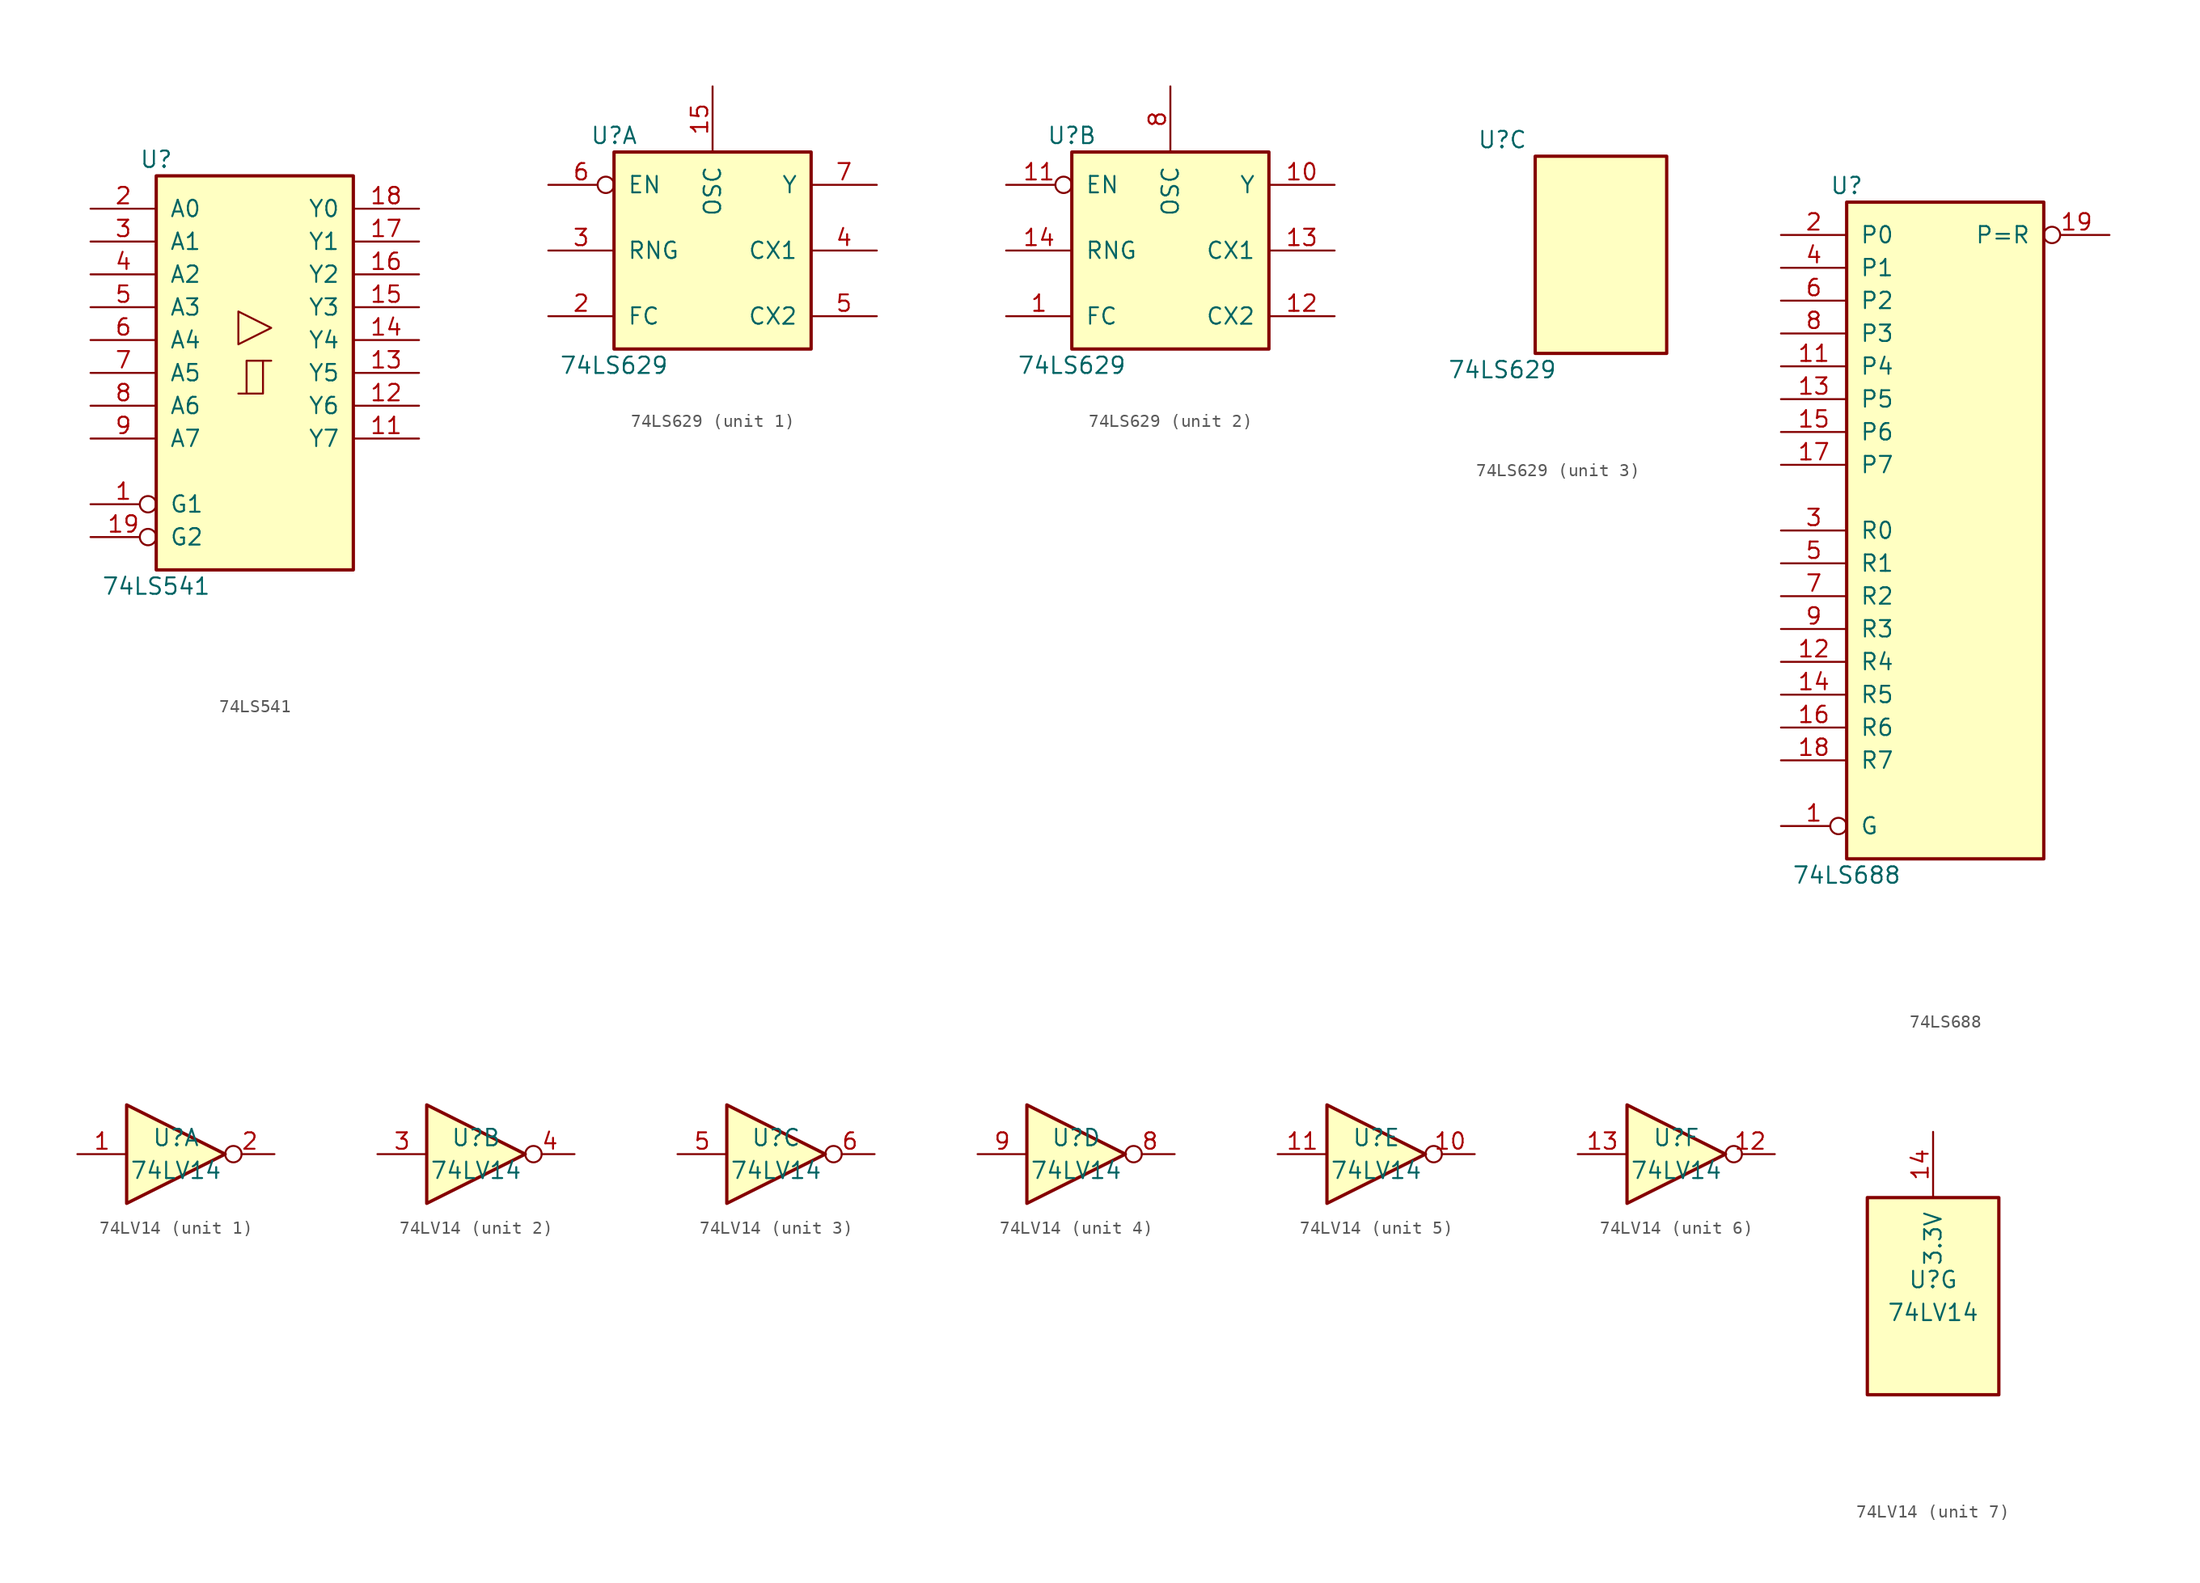
<source format=kicad_sym>
(kicad_symbol_lib
  (version 20211014)
  (generator kicad_symbol_editor)
  (symbol "74LS541"
    (pin_names
      (offset 1.016))
    (property "Reference" "U"
      (at -7.62 16.51 0)
      (effects (font (size 1.27 1.27))))
    (property "Value" "74LS541"
      (at -7.62 -16.51 0)
      (effects (font (size 1.27 1.27))))
    (property "ki_locked" ""
      (at 0 0 0)
      (effects (font (size 1.27 1.27))))
    (symbol "74LS541_1_0"
      (polyline (pts (xy -0.635 -1.6) (xy -0.635 0.94) (xy 0.635 0.94)) (stroke (width 0) (type default) (color 0 0 0 0)) (fill (type none)))
      (polyline (pts (xy -1.27 -1.6) (xy 0.635 -1.6) (xy 0.635 0.94) (xy 1.27 0.94)) (stroke (width 0) (type default) (color 0 0 0 0)) (fill (type none)))
      (polyline (pts (xy 1.27 3.48) (xy -1.27 4.75) (xy -1.27 2.21) (xy 1.27 3.48)) (stroke (width 0.152) (type default) (color 0 0 0 0)) (fill (type none)))
      (pin input inverted (at -12.7 -10.16 0) (length 5.08) (name "G1" (effects (font (size 1.27 1.27)))) (number "1" (effects (font (size 1.27 1.27)))))
      (pin input line (at 0 -20.32 90) (length 5.08) hide (name "GND" (effects (font (size 1.27 1.27)))) (number "10" (effects (font (size 1.27 1.27)))))
      (pin tri_state line (at 12.7 -5.08 180) (length 5.08) (name "Y7" (effects (font (size 1.27 1.27)))) (number "11" (effects (font (size 1.27 1.27)))))
      (pin tri_state line (at 12.7 -2.54 180) (length 5.08) (name "Y6" (effects (font (size 1.27 1.27)))) (number "12" (effects (font (size 1.27 1.27)))))
      (pin tri_state line (at 12.7 0 180) (length 5.08) (name "Y5" (effects (font (size 1.27 1.27)))) (number "13" (effects (font (size 1.27 1.27)))))
      (pin tri_state line (at 12.7 2.54 180) (length 5.08) (name "Y4" (effects (font (size 1.27 1.27)))) (number "14" (effects (font (size 1.27 1.27)))))
      (pin tri_state line (at 12.7 5.08 180) (length 5.08) (name "Y3" (effects (font (size 1.27 1.27)))) (number "15" (effects (font (size 1.27 1.27)))))
      (pin tri_state line (at 12.7 7.62 180) (length 5.08) (name "Y2" (effects (font (size 1.27 1.27)))) (number "16" (effects (font (size 1.27 1.27)))))
      (pin tri_state line (at 12.7 10.16 180) (length 5.08) (name "Y1" (effects (font (size 1.27 1.27)))) (number "17" (effects (font (size 1.27 1.27)))))
      (pin tri_state line (at 12.7 12.7 180) (length 5.08) (name "Y0" (effects (font (size 1.27 1.27)))) (number "18" (effects (font (size 1.27 1.27)))))
      (pin input inverted (at -12.7 -12.7 0) (length 5.08) (name "G2" (effects (font (size 1.27 1.27)))) (number "19" (effects (font (size 1.27 1.27)))))
      (pin input line (at -12.7 12.7 0) (length 5.08) (name "A0" (effects (font (size 1.27 1.27)))) (number "2" (effects (font (size 1.27 1.27)))))
      (pin input line (at 0 20.32 270) (length 5.08) hide (name "VCC" (effects (font (size 1.27 1.27)))) (number "20" (effects (font (size 1.27 1.27)))))
      (pin input line (at -12.7 10.16 0) (length 5.08) (name "A1" (effects (font (size 1.27 1.27)))) (number "3" (effects (font (size 1.27 1.27)))))
      (pin input line (at -12.7 7.62 0) (length 5.08) (name "A2" (effects (font (size 1.27 1.27)))) (number "4" (effects (font (size 1.27 1.27)))))
      (pin input line (at -12.7 5.08 0) (length 5.08) (name "A3" (effects (font (size 1.27 1.27)))) (number "5" (effects (font (size 1.27 1.27)))))
      (pin input line (at -12.7 2.54 0) (length 5.08) (name "A4" (effects (font (size 1.27 1.27)))) (number "6" (effects (font (size 1.27 1.27)))))
      (pin input line (at -12.7 0 0) (length 5.08) (name "A5" (effects (font (size 1.27 1.27)))) (number "7" (effects (font (size 1.27 1.27)))))
      (pin input line (at -12.7 -2.54 0) (length 5.08) (name "A6" (effects (font (size 1.27 1.27)))) (number "8" (effects (font (size 1.27 1.27)))))
      (pin input line (at -12.7 -5.08 0) (length 5.08) (name "A7" (effects (font (size 1.27 1.27)))) (number "9" (effects (font (size 1.27 1.27))))))
    (symbol "74LS541_1_1"
      (rectangle (start -7.62 15.24) (end 7.62 -15.24) (stroke (width 0.254) (type default) (color 0 0 0 0)) (fill (type background)))))
  (symbol "74LS629"
    (pin_names
      (offset 1.016))
    (property "Reference" "U"
      (at -7.62 8.89 0)
      (effects (font (size 1.27 1.27))))
    (property "Value" "74LS629"
      (at -7.62 -8.89 0)
      (effects (font (size 1.27 1.27))))
    (property "ki_locked" ""
      (at 0 0 0)
      (effects (font (size 1.27 1.27))))
    (symbol "74LS629_1_0"
      (pin passive line (at 0 12.7 270) (length 5.08) (name "OSC" (effects (font (size 1.27 1.27)))) (number "15" (effects (font (size 1.27 1.27)))))
      (pin input line (at -12.7 -5.08 0) (length 5.08) (name "FC" (effects (font (size 1.27 1.27)))) (number "2" (effects (font (size 1.27 1.27)))))
      (pin input line (at -12.7 0 0) (length 5.08) (name "RNG" (effects (font (size 1.27 1.27)))) (number "3" (effects (font (size 1.27 1.27)))))
      (pin passive line (at 12.7 0 180) (length 5.08) (name "CX1" (effects (font (size 1.27 1.27)))) (number "4" (effects (font (size 1.27 1.27)))))
      (pin passive line (at 12.7 -5.08 180) (length 5.08) (name "CX2" (effects (font (size 1.27 1.27)))) (number "5" (effects (font (size 1.27 1.27)))))
      (pin input inverted (at -12.7 5.08 0) (length 5.08) (name "EN" (effects (font (size 1.27 1.27)))) (number "6" (effects (font (size 1.27 1.27)))))
      (pin output line (at 12.7 5.08 180) (length 5.08) (name "Y" (effects (font (size 1.27 1.27)))) (number "7" (effects (font (size 1.27 1.27))))))
    (symbol "74LS629_1_1"
      (rectangle (start -7.62 7.62) (end 7.62 -7.62) (stroke (width 0.254) (type default) (color 0 0 0 0)) (fill (type background))))
    (symbol "74LS629_2_0"
      (pin input line (at -12.7 -5.08 0) (length 5.08) (name "FC" (effects (font (size 1.27 1.27)))) (number "1" (effects (font (size 1.27 1.27)))))
      (pin output line (at 12.7 5.08 180) (length 5.08) (name "Y" (effects (font (size 1.27 1.27)))) (number "10" (effects (font (size 1.27 1.27)))))
      (pin input inverted (at -12.7 5.08 0) (length 5.08) (name "EN" (effects (font (size 1.27 1.27)))) (number "11" (effects (font (size 1.27 1.27)))))
      (pin passive line (at 12.7 -5.08 180) (length 5.08) (name "CX2" (effects (font (size 1.27 1.27)))) (number "12" (effects (font (size 1.27 1.27)))))
      (pin passive line (at 12.7 0 180) (length 5.08) (name "CX1" (effects (font (size 1.27 1.27)))) (number "13" (effects (font (size 1.27 1.27)))))
      (pin input line (at -12.7 0 0) (length 5.08) (name "RNG" (effects (font (size 1.27 1.27)))) (number "14" (effects (font (size 1.27 1.27)))))
      (pin passive line (at 0 12.7 270) (length 5.08) (name "OSC" (effects (font (size 1.27 1.27)))) (number "8" (effects (font (size 1.27 1.27))))))
    (symbol "74LS629_2_1"
      (rectangle (start -7.62 7.62) (end 7.62 -7.62) (stroke (width 0.254) (type default) (color 0 0 0 0)) (fill (type background))))
    (symbol "74LS629_3_0"
      (pin input line (at 0 12.7 270) (length 5.08) hide (name "VCC" (effects (font (size 1.27 1.27)))) (number "16" (effects (font (size 1.27 1.27)))))
      (pin input line (at 0 -12.7 90) (length 5.08) hide (name "GND" (effects (font (size 1.27 1.27)))) (number "9" (effects (font (size 1.27 1.27))))))
    (symbol "74LS629_3_1"
      (rectangle (start -5.08 7.62) (end 5.08 -7.62) (stroke (width 0.254) (type default) (color 0 0 0 0)) (fill (type background)))))
  (symbol "74LS688"
    (pin_names
      (offset 1.016))
    (property "Reference" "U"
      (at -7.62 26.67 0)
      (effects (font (size 1.27 1.27))))
    (property "Value" "74LS688"
      (at -7.62 -26.67 0)
      (effects (font (size 1.27 1.27))))
    (property "ki_locked" ""
      (at 0 0 0)
      (effects (font (size 1.27 1.27))))
    (symbol "74LS688_1_0"
      (pin input inverted (at -12.7 -22.86 0) (length 5.08) (name "G" (effects (font (size 1.27 1.27)))) (number "1" (effects (font (size 1.27 1.27)))))
      (pin input line (at 0 -30.48 90) (length 5.08) hide (name "GND" (effects (font (size 1.27 1.27)))) (number "10" (effects (font (size 1.27 1.27)))))
      (pin input line (at -12.7 12.7 0) (length 5.08) (name "P4" (effects (font (size 1.27 1.27)))) (number "11" (effects (font (size 1.27 1.27)))))
      (pin input line (at -12.7 -10.16 0) (length 5.08) (name "R4" (effects (font (size 1.27 1.27)))) (number "12" (effects (font (size 1.27 1.27)))))
      (pin input line (at -12.7 10.16 0) (length 5.08) (name "P5" (effects (font (size 1.27 1.27)))) (number "13" (effects (font (size 1.27 1.27)))))
      (pin input line (at -12.7 -12.7 0) (length 5.08) (name "R5" (effects (font (size 1.27 1.27)))) (number "14" (effects (font (size 1.27 1.27)))))
      (pin input line (at -12.7 7.62 0) (length 5.08) (name "P6" (effects (font (size 1.27 1.27)))) (number "15" (effects (font (size 1.27 1.27)))))
      (pin input line (at -12.7 -15.24 0) (length 5.08) (name "R6" (effects (font (size 1.27 1.27)))) (number "16" (effects (font (size 1.27 1.27)))))
      (pin input line (at -12.7 5.08 0) (length 5.08) (name "P7" (effects (font (size 1.27 1.27)))) (number "17" (effects (font (size 1.27 1.27)))))
      (pin input line (at -12.7 -17.78 0) (length 5.08) (name "R7" (effects (font (size 1.27 1.27)))) (number "18" (effects (font (size 1.27 1.27)))))
      (pin output inverted (at 12.7 22.86 180) (length 5.08) (name "P=R" (effects (font (size 1.27 1.27)))) (number "19" (effects (font (size 1.27 1.27)))))
      (pin input line (at -12.7 22.86 0) (length 5.08) (name "P0" (effects (font (size 1.27 1.27)))) (number "2" (effects (font (size 1.27 1.27)))))
      (pin input line (at 0 30.48 270) (length 5.08) hide (name "VCC" (effects (font (size 1.27 1.27)))) (number "20" (effects (font (size 1.27 1.27)))))
      (pin input line (at -12.7 0 0) (length 5.08) (name "R0" (effects (font (size 1.27 1.27)))) (number "3" (effects (font (size 1.27 1.27)))))
      (pin input line (at -12.7 20.32 0) (length 5.08) (name "P1" (effects (font (size 1.27 1.27)))) (number "4" (effects (font (size 1.27 1.27)))))
      (pin input line (at -12.7 -2.54 0) (length 5.08) (name "R1" (effects (font (size 1.27 1.27)))) (number "5" (effects (font (size 1.27 1.27)))))
      (pin input line (at -12.7 17.78 0) (length 5.08) (name "P2" (effects (font (size 1.27 1.27)))) (number "6" (effects (font (size 1.27 1.27)))))
      (pin input line (at -12.7 -5.08 0) (length 5.08) (name "R2" (effects (font (size 1.27 1.27)))) (number "7" (effects (font (size 1.27 1.27)))))
      (pin input line (at -12.7 15.24 0) (length 5.08) (name "P3" (effects (font (size 1.27 1.27)))) (number "8" (effects (font (size 1.27 1.27)))))
      (pin input line (at -12.7 -7.62 0) (length 5.08) (name "R3" (effects (font (size 1.27 1.27)))) (number "9" (effects (font (size 1.27 1.27))))))
    (symbol "74LS688_1_1"
      (rectangle (start -7.62 25.4) (end 7.62 -25.4) (stroke (width 0.254) (type default) (color 0 0 0 0)) (fill (type background)))))
  (symbol "74LV14"
    (pin_names
      (offset 1.016))
    (property "Reference" "U"
      (at 0 1.27 0)
      (effects (font (size 1.27 1.27))))
    (property "Value" "74LV14"
      (at 0 -1.27 0)
      (effects (font (size 1.27 1.27))))
    (property "ki_locked" ""
      (at 0 0 0)
      (effects (font (size 1.27 1.27))))
    (symbol "74LV14_1_0"
      (polyline (pts (xy -3.81 3.81) (xy -3.81 -3.81) (xy 3.81 0) (xy -3.81 3.81)) (stroke (width 0.254) (type default) (color 0 0 0 0)) (fill (type background)))
      (pin input line (at -7.62 0 0) (length 3.81) (name "~" (effects (font (size 1.27 1.27)))) (number "1" (effects (font (size 1.27 1.27)))))
      (pin output inverted (at 7.62 0 180) (length 3.81) (name "~" (effects (font (size 1.27 1.27)))) (number "2" (effects (font (size 1.27 1.27))))))
    (symbol "74LV14_2_0"
      (polyline (pts (xy -3.81 3.81) (xy -3.81 -3.81) (xy 3.81 0) (xy -3.81 3.81)) (stroke (width 0.254) (type default) (color 0 0 0 0)) (fill (type background)))
      (pin input line (at -7.62 0 0) (length 3.81) (name "~" (effects (font (size 1.27 1.27)))) (number "3" (effects (font (size 1.27 1.27)))))
      (pin output inverted (at 7.62 0 180) (length 3.81) (name "~" (effects (font (size 1.27 1.27)))) (number "4" (effects (font (size 1.27 1.27))))))
    (symbol "74LV14_3_0"
      (polyline (pts (xy -3.81 3.81) (xy -3.81 -3.81) (xy 3.81 0) (xy -3.81 3.81)) (stroke (width 0.254) (type default) (color 0 0 0 0)) (fill (type background)))
      (pin input line (at -7.62 0 0) (length 3.81) (name "~" (effects (font (size 1.27 1.27)))) (number "5" (effects (font (size 1.27 1.27)))))
      (pin output inverted (at 7.62 0 180) (length 3.81) (name "~" (effects (font (size 1.27 1.27)))) (number "6" (effects (font (size 1.27 1.27))))))
    (symbol "74LV14_4_0"
      (polyline (pts (xy -3.81 3.81) (xy -3.81 -3.81) (xy 3.81 0) (xy -3.81 3.81)) (stroke (width 0.254) (type default) (color 0 0 0 0)) (fill (type background)))
      (pin output inverted (at 7.62 0 180) (length 3.81) (name "~" (effects (font (size 1.27 1.27)))) (number "8" (effects (font (size 1.27 1.27)))))
      (pin input line (at -7.62 0 0) (length 3.81) (name "~" (effects (font (size 1.27 1.27)))) (number "9" (effects (font (size 1.27 1.27))))))
    (symbol "74LV14_5_0"
      (polyline (pts (xy -3.81 3.81) (xy -3.81 -3.81) (xy 3.81 0) (xy -3.81 3.81)) (stroke (width 0.254) (type default) (color 0 0 0 0)) (fill (type background)))
      (pin output inverted (at 7.62 0 180) (length 3.81) (name "~" (effects (font (size 1.27 1.27)))) (number "10" (effects (font (size 1.27 1.27)))))
      (pin input line (at -7.62 0 0) (length 3.81) (name "~" (effects (font (size 1.27 1.27)))) (number "11" (effects (font (size 1.27 1.27))))))
    (symbol "74LV14_6_0"
      (polyline (pts (xy -3.81 3.81) (xy -3.81 -3.81) (xy 3.81 0) (xy -3.81 3.81)) (stroke (width 0.254) (type default) (color 0 0 0 0)) (fill (type background)))
      (pin output inverted (at 7.62 0 180) (length 3.81) (name "~" (effects (font (size 1.27 1.27)))) (number "12" (effects (font (size 1.27 1.27)))))
      (pin input line (at -7.62 0 0) (length 3.81) (name "~" (effects (font (size 1.27 1.27)))) (number "13" (effects (font (size 1.27 1.27))))))
    (symbol "74LV14_7_0"
      (pin power_in line (at 0 12.7 270) (length 5.08) (name "3.3V" (effects (font (size 1.27 1.27)))) (number "14" (effects (font (size 1.27 1.27)))))
      (pin input line (at 0 -12.7 90) (length 5.08) hide (name "GND" (effects (font (size 1.27 1.27)))) (number "7" (effects (font (size 1.27 1.27))))))
    (symbol "74LV14_7_1"
      (rectangle (start -5.08 7.62) (end 5.08 -7.62) (stroke (width 0.254) (type default) (color 0 0 0 0)) (fill (type background))))))
</source>
